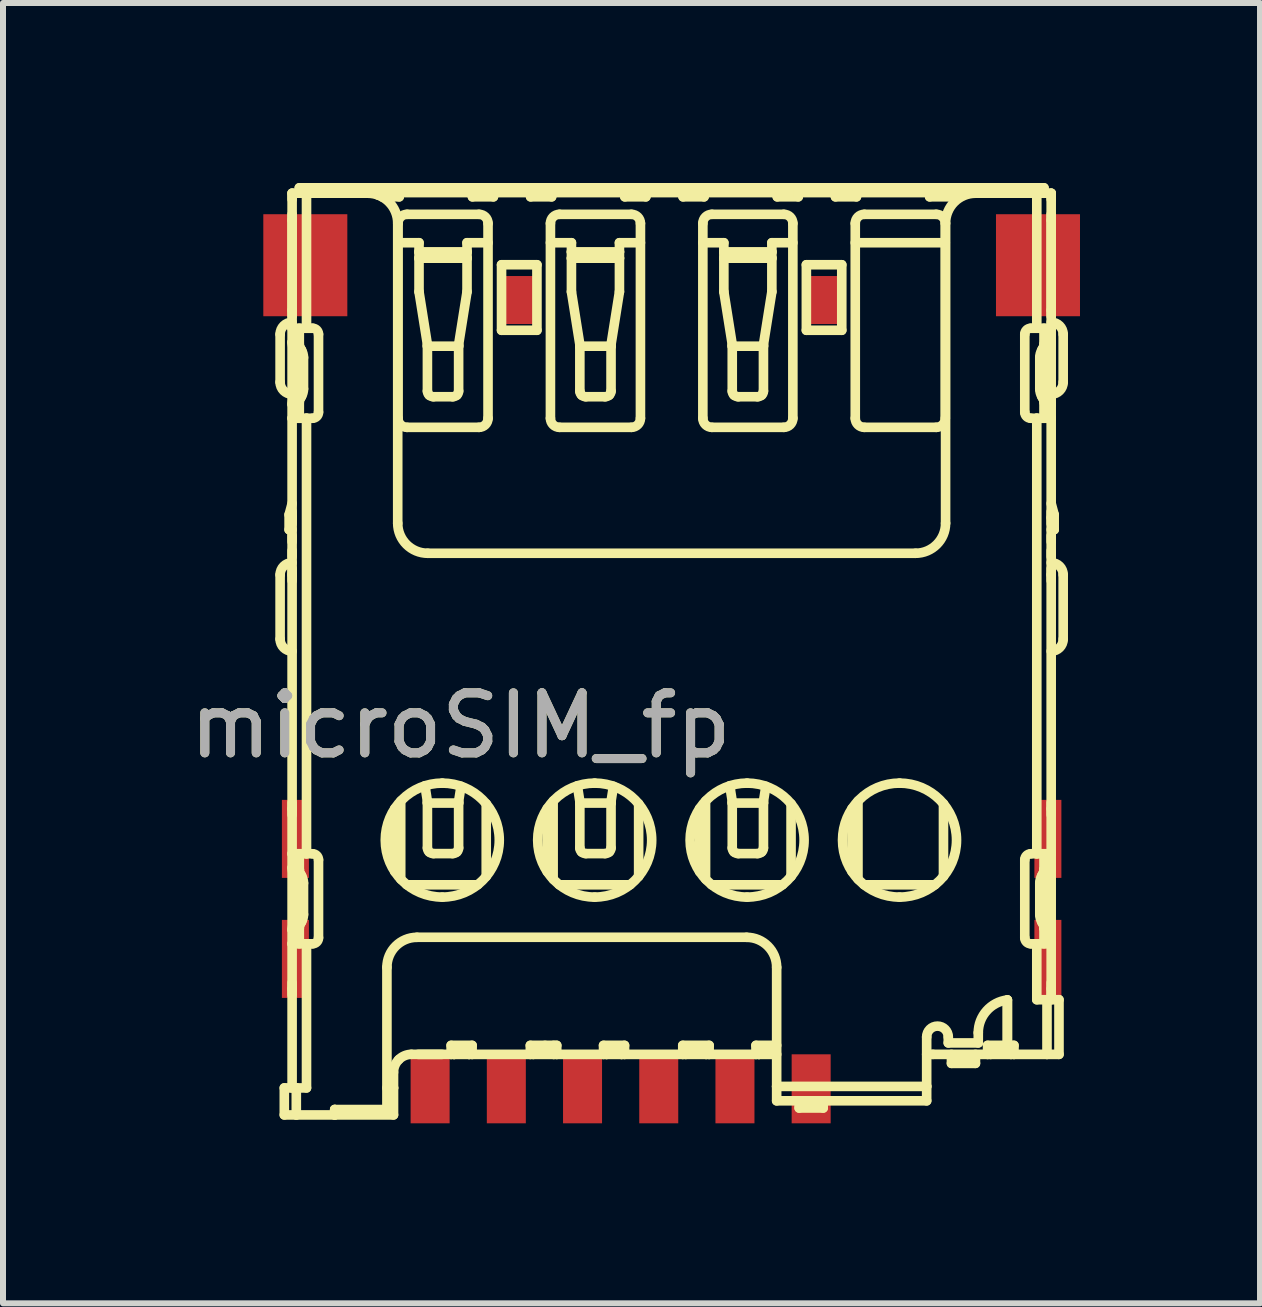
<source format=kicad_pcb>
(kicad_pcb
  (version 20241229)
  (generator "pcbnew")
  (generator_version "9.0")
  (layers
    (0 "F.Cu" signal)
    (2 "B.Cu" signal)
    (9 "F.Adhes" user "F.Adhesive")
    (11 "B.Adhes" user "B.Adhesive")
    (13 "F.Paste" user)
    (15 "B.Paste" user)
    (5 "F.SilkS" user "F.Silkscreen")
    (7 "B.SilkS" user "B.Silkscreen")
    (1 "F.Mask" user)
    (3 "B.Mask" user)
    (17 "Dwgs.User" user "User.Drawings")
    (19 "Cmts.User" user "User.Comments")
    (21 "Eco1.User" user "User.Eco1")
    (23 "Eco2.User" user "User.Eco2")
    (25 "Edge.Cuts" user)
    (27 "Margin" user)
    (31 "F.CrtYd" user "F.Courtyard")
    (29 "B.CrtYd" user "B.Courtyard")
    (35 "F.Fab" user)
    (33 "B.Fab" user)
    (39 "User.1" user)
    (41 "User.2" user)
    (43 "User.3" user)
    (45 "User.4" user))
  (footprint "microSIM_fp"
    (layer "F.Cu")
    (at 4.118 15.095)
    (property "Reference" "microSIM_fp" (at 0.507 -6.054 0) (layer "F.SilkS") (effects (font (size 1 1) (thickness 0.15))))
    (attr smd)
    (fp_line (start -2.5 -11.775) (end -2.5 -12.575) (stroke (width 0.16) (type solid)) (layer "F.SilkS"))
    (fp_line (start -2.5 -7.493) (end -2.5 -8.568) (stroke (width 0.16) (type solid)) (layer "F.SilkS"))
    (fp_line (start -2.43 -0.015) (end -2.43 0.435) (stroke (width 0.16) (type solid)) (layer "F.SilkS"))
    (fp_line (start -2.43 -0.015) (end -2.23 -0.015) (stroke (width 0.16) (type solid)) (layer "F.SilkS"))
    (fp_line (start -2.35 -9.568) (end -2.35 -9.318) (stroke (width 0.16) (type solid)) (layer "F.SilkS"))
    (fp_line (start -2.35 -9.318) (end -2.3 -9.318) (stroke (width 0.16) (type solid)) (layer "F.SilkS"))
    (fp_line (start -2.3 -14.925) (end -2.3 -14.825) (stroke (width 0.16) (type solid)) (layer "F.SilkS"))
    (fp_line (start -2.3 -14.925) (end -2.3 -12.675) (stroke (width 0.16) (type solid)) (layer "F.SilkS"))
    (fp_line (start -2.3 -14.925) (end -2.06 -14.925) (stroke (width 0.16) (type solid)) (layer "F.SilkS"))
    (fp_line (start -2.3 -14.575) (end -2.3 -14.475) (stroke (width 0.16) (type solid)) (layer "F.SilkS"))
    (fp_line (start -2.3 -12.975) (end -2.3 -14.475) (stroke (width 0.16) (type solid)) (layer "F.SilkS"))
    (fp_line (start -2.3 -12.975) (end -2.3 -12.875) (stroke (width 0.16) (type solid)) (layer "F.SilkS"))
    (fp_line (start -2.3 -12.442) (end -2.3 -12.675) (stroke (width 0.16) (type solid)) (layer "F.SilkS"))
    (fp_line (start -2.3 -12.442) (end -2.3 -11.408) (stroke (width 0.16) (type solid)) (layer "F.SilkS"))
    (fp_line (start -2.3 -11.175) (end -2.3 -11.408) (stroke (width 0.16) (type solid)) (layer "F.SilkS"))
    (fp_line (start -2.3 -11.175) (end -2.3 -3.917) (stroke (width 0.16) (type solid)) (layer "F.SilkS"))
    (fp_line (start -2.3 -11.175) (end -2.06 -11.175) (stroke (width 0.16) (type solid)) (layer "F.SilkS"))
    (fp_line (start -2.3 -9.755) (end -2.35 -9.568) (stroke (width 0.16) (type solid)) (layer "F.SilkS"))
    (fp_line (start -2.3 -9.618) (end -2.3 -9.518) (stroke (width 0.16) (type solid)) (layer "F.SilkS"))
    (fp_line (start -2.3 -9.518) (end -2.3 -9.418) (stroke (width 0.16) (type solid)) (layer "F.SilkS"))
    (fp_line (start -2.3 -9.218) (end -2.3 -9.118) (stroke (width 0.16) (type solid)) (layer "F.SilkS"))
    (fp_line (start -2.3 -8.968) (end -2.3 -8.868) (stroke (width 0.16) (type solid)) (layer "F.SilkS"))
    (fp_line (start -2.3 -8.668) (end -2.3 -8.568) (stroke (width 0.16) (type solid)) (layer "F.SilkS"))
    (fp_line (start -2.3 -8.568) (end -2.3 -8.468) (stroke (width 0.16) (type solid)) (layer "F.SilkS"))
    (fp_line (start -2.3 -4.767) (end -2.3 -4.667) (stroke (width 0.16) (type solid)) (layer "F.SilkS"))
    (fp_line (start -2.3 -4.667) (end -2.3 -4.567) (stroke (width 0.16) (type solid)) (layer "F.SilkS"))
    (fp_line (start -2.3 -3.684) (end -2.3 -3.917) (stroke (width 0.16) (type solid)) (layer "F.SilkS"))
    (fp_line (start -2.3 -2.65) (end -2.3 -3.684) (stroke (width 0.16) (type solid)) (layer "F.SilkS"))
    (fp_line (start -2.3 -2.417) (end -2.3 -2.65) (stroke (width 0.16) (type solid)) (layer "F.SilkS"))
    (fp_line (start -2.3 -2.417) (end -2.3 -0.015) (stroke (width 0.16) (type solid)) (layer "F.SilkS"))
    (fp_line (start -2.3 -2.417) (end -2.06 -2.417) (stroke (width 0.16) (type solid)) (layer "F.SilkS"))
    (fp_line (start -2.3 -1.767) (end -2.3 -1.667) (stroke (width 0.16) (type solid)) (layer "F.SilkS"))
    (fp_line (start -2.3 -1.667) (end -2.3 -1.567) (stroke (width 0.16) (type solid)) (layer "F.SilkS"))
    (fp_line (start -2.267 -12.317) (end -2.247 -12.284) (stroke (width 0.16) (type solid)) (layer "F.SilkS"))
    (fp_line (start -2.267 -3.559) (end -2.247 -3.526) (stroke (width 0.16) (type solid)) (layer "F.SilkS"))
    (fp_line (start -2.247 -11.566) (end -2.267 -11.533) (stroke (width 0.16) (type solid)) (layer "F.SilkS"))
    (fp_line (start -2.247 -2.808) (end -2.267 -2.775) (stroke (width 0.16) (type solid)) (layer "F.SilkS"))
    (fp_line (start -2.23 -11.631) (end -2.23 -12.219) (stroke (width 0.16) (type solid)) (layer "F.SilkS"))
    (fp_line (start -2.23 -2.873) (end -2.23 -3.461) (stroke (width 0.16) (type solid)) (layer "F.SilkS"))
    (fp_line (start -2.23 -0.015) (end -2.06 -0.015) (stroke (width 0.16) (type solid)) (layer "F.SilkS"))
    (fp_line (start -2.23 0.435) (end -2.43 0.435) (stroke (width 0.16) (type solid)) (layer "F.SilkS"))
    (fp_line (start -2.23 0.435) (end -2.23 -0.015) (stroke (width 0.16) (type solid)) (layer "F.SilkS"))
    (fp_line (start -2.23 0.435) (end -1.59 0.435) (stroke (width 0.16) (type solid)) (layer "F.SilkS"))
    (fp_line (start -2.18 -14.935) (end -2.18 -15.015) (stroke (width 0.16) (type solid)) (layer "F.SilkS"))
    (fp_line (start -2.18 -14.935) (end -2.18 -14.925) (stroke (width 0.16) (type solid)) (layer "F.SilkS"))
    (fp_line (start -2.18 -14.935) (end -0.865 -14.935) (stroke (width 0.16) (type solid)) (layer "F.SilkS"))
    (fp_line (start -2.18 -12.675) (end -2.18 -12.41) (stroke (width 0.16) (type solid)) (layer "F.SilkS"))
    (fp_line (start -2.18 -11.44) (end -2.18 -11.175) (stroke (width 0.16) (type solid)) (layer "F.SilkS"))
    (fp_line (start -2.18 -3.917) (end -2.18 -3.652) (stroke (width 0.16) (type solid)) (layer "F.SilkS"))
    (fp_line (start -2.18 -3.653) (end -2.18 -3.652) (stroke (width 0.16) (type solid)) (layer "F.SilkS"))
    (fp_line (start -2.18 -3.652) (end -2.18 -3.653) (stroke (width 0.16) (type solid)) (layer "F.SilkS"))
    (fp_line (start -2.18 -2.682) (end -2.18 -2.68) (stroke (width 0.16) (type solid)) (layer "F.SilkS"))
    (fp_line (start -2.18 -2.682) (end -2.18 -2.417) (stroke (width 0.16) (type solid)) (layer "F.SilkS"))
    (fp_line (start -2.163 -11.505) (end -2.143 -11.538) (stroke (width 0.16) (type solid)) (layer "F.SilkS"))
    (fp_line (start -2.163 -2.747) (end -2.143 -2.78) (stroke (width 0.16) (type solid)) (layer "F.SilkS"))
    (fp_line (start -2.143 -12.312) (end -2.163 -12.345) (stroke (width 0.16) (type solid)) (layer "F.SilkS"))
    (fp_line (start -2.143 -3.554) (end -2.163 -3.587) (stroke (width 0.16) (type solid)) (layer "F.SilkS"))
    (fp_line (start -2.11 -11.663) (end -2.11 -12.187) (stroke (width 0.16) (type solid)) (layer "F.SilkS"))
    (fp_line (start -2.11 -2.905) (end -2.11 -3.429) (stroke (width 0.16) (type solid)) (layer "F.SilkS"))
    (fp_line (start -2.06 -14.925) (end -1.041 -14.925) (stroke (width 0.16) (type solid)) (layer "F.SilkS"))
    (fp_line (start -2.06 -12.675) (end -2.3 -12.675) (stroke (width 0.16) (type solid)) (layer "F.SilkS"))
    (fp_line (start -2.06 -12.675) (end -2.06 -14.925) (stroke (width 0.16) (type solid)) (layer "F.SilkS"))
    (fp_line (start -2.06 -11.175) (end -1.96 -11.175) (stroke (width 0.16) (type solid)) (layer "F.SilkS"))
    (fp_line (start -2.06 -3.917) (end -2.3 -3.917) (stroke (width 0.16) (type solid)) (layer "F.SilkS"))
    (fp_line (start -2.06 -3.917) (end -2.06 -11.175) (stroke (width 0.16) (type solid)) (layer "F.SilkS"))
    (fp_line (start -2.06 -2.417) (end -1.96 -2.417) (stroke (width 0.16) (type solid)) (layer "F.SilkS"))
    (fp_line (start -2.06 -0.015) (end -2.06 -2.417) (stroke (width 0.16) (type solid)) (layer "F.SilkS"))
    (fp_line (start -1.96 -12.675) (end -2.06 -12.675) (stroke (width 0.16) (type solid)) (layer "F.SilkS"))
    (fp_line (start -1.96 -3.917) (end -2.06 -3.917) (stroke (width 0.16) (type solid)) (layer "F.SilkS"))
    (fp_line (start -1.86 -11.275) (end -1.86 -12.575) (stroke (width 0.16) (type solid)) (layer "F.SilkS"))
    (fp_line (start -1.86 -2.517) (end -1.86 -3.817) (stroke (width 0.16) (type solid)) (layer "F.SilkS"))
    (fp_line (start -1.59 0.345) (end -1.59 0.435) (stroke (width 0.16) (type solid)) (layer "F.SilkS"))
    (fp_line (start -1.59 0.345) (end -0.72 0.345) (stroke (width 0.16) (type solid)) (layer "F.SilkS"))
    (fp_line (start -1.59 0.435) (end -1.59 0.345) (stroke (width 0.16) (type solid)) (layer "F.SilkS"))
    (fp_line (start -0.865 -15.015) (end -2.18 -15.015) (stroke (width 0.16) (type solid)) (layer "F.SilkS"))
    (fp_line (start -0.865 -15.015) (end -0.865 -14.935) (stroke (width 0.16) (type solid)) (layer "F.SilkS"))
    (fp_line (start -0.865 -14.893) (end -0.865 -14.935) (stroke (width 0.16) (type solid)) (layer "F.SilkS"))
    (fp_line (start -0.815 -15.015) (end -0.865 -15.015) (stroke (width 0.16) (type solid)) (layer "F.SilkS"))
    (fp_line (start -0.815 -15.015) (end -0.565 -15.015) (stroke (width 0.16) (type solid)) (layer "F.SilkS"))
    (fp_line (start -0.815 -14.935) (end -0.815 -15.015) (stroke (width 0.16) (type solid)) (layer "F.SilkS"))
    (fp_line (start -0.815 -14.935) (end -0.565 -14.935) (stroke (width 0.16) (type solid)) (layer "F.SilkS"))
    (fp_line (start -0.72 -2.025) (end -0.72 0.345) (stroke (width 0.16) (type solid)) (layer "F.SilkS"))
    (fp_line (start -0.72 -0.015) (end -0.61 -0.015) (stroke (width 0.16) (type solid)) (layer "F.SilkS"))
    (fp_line (start -0.61 -0.015) (end -0.61 -0.275) (stroke (width 0.16) (type solid)) (layer "F.SilkS"))
    (fp_line (start -0.61 0.435) (end -1.59 0.435) (stroke (width 0.16) (type solid)) (layer "F.SilkS"))
    (fp_line (start -0.61 0.435) (end -0.61 -0.015) (stroke (width 0.16) (type solid)) (layer "F.SilkS"))
    (fp_line (start -0.59 -4.669) (end -0.59 -3.621) (stroke (width 0.16) (type solid)) (layer "F.SilkS"))
    (fp_line (start -0.565 -15.015) (end -0.565 -14.935) (stroke (width 0.16) (type solid)) (layer "F.SilkS"))
    (fp_line (start -0.54 -9.425) (end -0.54 -14.425) (stroke (width 0.16) (type solid)) (layer "F.SilkS"))
    (fp_line (start -0.535 -14.1) (end -0.185 -14.1) (stroke (width 0.16) (type solid)) (layer "F.SilkS"))
    (fp_line (start -0.535 -11.173) (end -0.535 -14.423) (stroke (width 0.16) (type solid)) (layer "F.SilkS"))
    (fp_line (start -0.515 -15.015) (end -0.565 -15.015) (stroke (width 0.16) (type solid)) (layer "F.SilkS"))
    (fp_line (start -0.515 -15.015) (end 0.705 -15.015) (stroke (width 0.16) (type solid)) (layer "F.SilkS"))
    (fp_line (start -0.515 -14.935) (end -0.515 -15.015) (stroke (width 0.16) (type solid)) (layer "F.SilkS"))
    (fp_line (start -0.515 -14.935) (end -0.515 -14.865) (stroke (width 0.16) (type solid)) (layer "F.SilkS"))
    (fp_line (start -0.515 -14.865) (end -0.803 -14.865) (stroke (width 0.16) (type solid)) (layer "F.SilkS"))
    (fp_line (start -0.49 -4.795) (end -0.49 -3.494) (stroke (width 0.16) (type solid)) (layer "F.SilkS"))
    (fp_line (start -0.385 -14.573) (end 0.815 -14.573) (stroke (width 0.16) (type solid)) (layer "F.SilkS"))
    (fp_line (start -0.311 -0.575) (end 0.35 -0.574) (stroke (width 0.16) (type solid)) (layer "F.SilkS"))
    (fp_line (start -0.22 -2.525) (end 5.275 -2.525) (stroke (width 0.16) (type solid)) (layer "F.SilkS"))
    (fp_line (start -0.2 -0.574) (end 0.2 -0.574) (stroke (width 0.16) (type solid)) (layer "F.SilkS"))
    (fp_line (start -0.185 -13.948) (end -0.185 -14.1) (stroke (width 0.16) (type solid)) (layer "F.SilkS"))
    (fp_line (start -0.185 -13.948) (end -0.185 -13.842) (stroke (width 0.16) (type solid)) (layer "F.SilkS"))
    (fp_line (start -0.185 -13.842) (end -0.185 -13.283) (stroke (width 0.16) (type solid)) (layer "F.SilkS"))
    (fp_line (start -0.045 -12.403) (end -0.185 -13.283) (stroke (width 0.16) (type solid)) (layer "F.SilkS"))
    (fp_line (start -0.045 -12.376) (end -0.045 -12.403) (stroke (width 0.16) (type solid)) (layer "F.SilkS"))
    (fp_line (start -0.045 -12.376) (end -0.045 -11.627) (stroke (width 0.16) (type solid)) (layer "F.SilkS"))
    (fp_line (start -0.045 -4.79) (end -0.086 -5.05) (stroke (width 0.16) (type solid)) (layer "F.SilkS"))
    (fp_line (start -0.045 -4.762) (end -0.045 -4.79) (stroke (width 0.16) (type solid)) (layer "F.SilkS"))
    (fp_line (start -0.045 -4.762) (end -0.045 -4.014) (stroke (width 0.16) (type solid)) (layer "F.SilkS"))
    (fp_line (start -0.04 -8.925) (end 8.09 -8.925) (stroke (width 0.16) (type solid)) (layer "F.SilkS"))
    (fp_line (start 0.35 -0.724) (end 0.7 -0.724) (stroke (width 0.16) (type solid)) (layer "F.SilkS"))
    (fp_line (start 0.35 -0.574) (end 0.35 -0.724) (stroke (width 0.16) (type solid)) (layer "F.SilkS"))
    (fp_line (start 0.35 -0.574) (end 0.4 -0.574) (stroke (width 0.16) (type solid)) (layer "F.SilkS"))
    (fp_line (start 0.375 -11.533) (end 0.055 -11.533) (stroke (width 0.16) (type solid)) (layer "F.SilkS"))
    (fp_line (start 0.375 -3.92) (end 0.055 -3.92) (stroke (width 0.16) (type solid)) (layer "F.SilkS"))
    (fp_line (start 0.4 -0.654) (end 0.4 -0.574) (stroke (width 0.16) (type solid)) (layer "F.SilkS"))
    (fp_line (start 0.4 -0.654) (end 0.65 -0.654) (stroke (width 0.16) (type solid)) (layer "F.SilkS"))
    (fp_line (start 0.4 -0.574) (end 0.4 -0.654) (stroke (width 0.16) (type solid)) (layer "F.SilkS"))
    (fp_line (start 0.475 -12.376) (end -0.045 -12.376) (stroke (width 0.16) (type solid)) (layer "F.SilkS"))
    (fp_line (start 0.475 -12.376) (end 0.475 -12.403) (stroke (width 0.16) (type solid)) (layer "F.SilkS"))
    (fp_line (start 0.475 -12.376) (end 0.475 -11.627) (stroke (width 0.16) (type solid)) (layer "F.SilkS"))
    (fp_line (start 0.475 -4.762) (end -0.045 -4.762) (stroke (width 0.16) (type solid)) (layer "F.SilkS"))
    (fp_line (start 0.475 -4.762) (end 0.475 -4.79) (stroke (width 0.16) (type solid)) (layer "F.SilkS"))
    (fp_line (start 0.475 -4.762) (end 0.475 -4.014) (stroke (width 0.16) (type solid)) (layer "F.SilkS"))
    (fp_line (start 0.515 -5.042) (end 0.475 -4.79) (stroke (width 0.16) (type solid)) (layer "F.SilkS"))
    (fp_line (start 0.615 -14.1) (end 0.615 -13.948) (stroke (width 0.16) (type solid)) (layer "F.SilkS"))
    (fp_line (start 0.615 -14.1) (end 0.965 -14.1) (stroke (width 0.16) (type solid)) (layer "F.SilkS"))
    (fp_line (start 0.615 -13.283) (end 0.475 -12.403) (stroke (width 0.16) (type solid)) (layer "F.SilkS"))
    (fp_line (start 0.615 -13.948) (end -0.185 -13.948) (stroke (width 0.16) (type solid)) (layer "F.SilkS"))
    (fp_line (start 0.615 -13.948) (end 0.615 -13.842) (stroke (width 0.16) (type solid)) (layer "F.SilkS"))
    (fp_line (start 0.615 -13.842) (end -0.185 -13.842) (stroke (width 0.16) (type solid)) (layer "F.SilkS"))
    (fp_line (start 0.615 -13.842) (end 0.615 -13.283) (stroke (width 0.16) (type solid)) (layer "F.SilkS"))
    (fp_line (start 0.65 -0.654) (end 0.65 -0.574) (stroke (width 0.16) (type solid)) (layer "F.SilkS"))
    (fp_line (start 0.65 -0.574) (end 0.4 -0.574) (stroke (width 0.16) (type solid)) (layer "F.SilkS"))
    (fp_line (start 0.65 -0.574) (end 0.65 -0.654) (stroke (width 0.16) (type solid)) (layer "F.SilkS"))
    (fp_line (start 0.65 -0.574) (end 0.7 -0.574) (stroke (width 0.16) (type solid)) (layer "F.SilkS"))
    (fp_line (start 0.7 -0.724) (end 0.7 -0.574) (stroke (width 0.16) (type solid)) (layer "F.SilkS"))
    (fp_line (start 0.7 -0.574) (end 1.67 -0.574) (stroke (width 0.16) (type solid)) (layer "F.SilkS"))
    (fp_line (start 0.705 -15.015) (end 0.705 -14.935) (stroke (width 0.16) (type solid)) (layer "F.SilkS"))
    (fp_line (start 0.705 -14.935) (end -0.515 -14.935) (stroke (width 0.16) (type solid)) (layer "F.SilkS"))
    (fp_line (start 0.705 -14.865) (end 0.705 -14.935) (stroke (width 0.16) (type solid)) (layer "F.SilkS"))
    (fp_line (start 0.755 -15.015) (end 0.705 -15.015) (stroke (width 0.16) (type solid)) (layer "F.SilkS"))
    (fp_line (start 0.755 -14.935) (end 0.755 -15.015) (stroke (width 0.16) (type solid)) (layer "F.SilkS"))
    (fp_line (start 0.793 -3.4) (end -0.388 -3.4) (stroke (width 0.16) (type solid)) (layer "F.SilkS"))
    (fp_line (start 0.815 -11.023) (end -0.385 -11.023) (stroke (width 0.16) (type solid)) (layer "F.SilkS"))
    (fp_line (start 0.935 -3.54) (end 0.935 -4.75) (stroke (width 0.16) (type solid)) (layer "F.SilkS"))
    (fp_line (start 0.965 -14.423) (end 0.965 -11.173) (stroke (width 0.16) (type solid)) (layer "F.SilkS"))
    (fp_line (start 1.005 -15.015) (end 0.755 -15.015) (stroke (width 0.16) (type solid)) (layer "F.SilkS"))
    (fp_line (start 1.005 -15.015) (end 1.005 -14.935) (stroke (width 0.16) (type solid)) (layer "F.SilkS"))
    (fp_line (start 1.005 -14.935) (end 0.755 -14.935) (stroke (width 0.16) (type solid)) (layer "F.SilkS"))
    (fp_line (start 1.055 -15.015) (end 1.005 -15.015) (stroke (width 0.16) (type solid)) (layer "F.SilkS"))
    (fp_line (start 1.055 -15.015) (end 1.675 -15.015) (stroke (width 0.16) (type solid)) (layer "F.SilkS"))
    (fp_line (start 1.055 -14.935) (end 1.055 -15.015) (stroke (width 0.16) (type solid)) (layer "F.SilkS"))
    (fp_line (start 1.055 -14.865) (end 0.705 -14.865) (stroke (width 0.16) (type solid)) (layer "F.SilkS"))
    (fp_line (start 1.055 -14.865) (end 1.055 -14.935) (stroke (width 0.16) (type solid)) (layer "F.SilkS"))
    (fp_line (start 1.19 -13.733) (end 1.78 -13.733) (stroke (width 0.16) (type solid)) (layer "F.SilkS"))
    (fp_line (start 1.19 -12.641) (end 1.19 -13.733) (stroke (width 0.16) (type solid)) (layer "F.SilkS"))
    (fp_line (start 1.67 -0.724) (end 2.11 -0.724) (stroke (width 0.16) (type solid)) (layer "F.SilkS"))
    (fp_line (start 1.67 -0.574) (end 1.67 -0.724) (stroke (width 0.16) (type solid)) (layer "F.SilkS"))
    (fp_line (start 1.67 -0.574) (end 1.72 -0.574) (stroke (width 0.16) (type solid)) (layer "F.SilkS"))
    (fp_line (start 1.675 -15.015) (end 1.675 -14.935) (stroke (width 0.16) (type solid)) (layer "F.SilkS"))
    (fp_line (start 1.675 -14.935) (end 1.055 -14.935) (stroke (width 0.16) (type solid)) (layer "F.SilkS"))
    (fp_line (start 1.675 -14.865) (end 1.675 -14.935) (stroke (width 0.16) (type solid)) (layer "F.SilkS"))
    (fp_line (start 1.72 -0.574) (end 1.72 -0.654) (stroke (width 0.16) (type solid)) (layer "F.SilkS"))
    (fp_line (start 1.725 -15.015) (end 1.675 -15.015) (stroke (width 0.16) (type solid)) (layer "F.SilkS"))
    (fp_line (start 1.725 -14.935) (end 1.725 -15.015) (stroke (width 0.16) (type solid)) (layer "F.SilkS"))
    (fp_line (start 1.725 -14.935) (end 1.975 -14.935) (stroke (width 0.16) (type solid)) (layer "F.SilkS"))
    (fp_line (start 1.78 -13.733) (end 1.78 -12.641) (stroke (width 0.16) (type solid)) (layer "F.SilkS"))
    (fp_line (start 1.78 -12.641) (end 1.19 -12.641) (stroke (width 0.16) (type solid)) (layer "F.SilkS"))
    (fp_line (start 1.915 -0.654) (end 1.72 -0.654) (stroke (width 0.16) (type solid)) (layer "F.SilkS"))
    (fp_line (start 1.915 -0.654) (end 1.915 -0.724) (stroke (width 0.16) (type solid)) (layer "F.SilkS"))
    (fp_line (start 1.95 -4.669) (end 1.95 -3.621) (stroke (width 0.16) (type solid)) (layer "F.SilkS"))
    (fp_line (start 1.975 -15.015) (end 1.725 -15.015) (stroke (width 0.16) (type solid)) (layer "F.SilkS"))
    (fp_line (start 1.975 -15.015) (end 1.975 -14.935) (stroke (width 0.16) (type solid)) (layer "F.SilkS"))
    (fp_line (start 2.005 -14.423) (end 2.005 -11.173) (stroke (width 0.16) (type solid)) (layer "F.SilkS"))
    (fp_line (start 2.005 -14.1) (end 2.355 -14.1) (stroke (width 0.16) (type solid)) (layer "F.SilkS"))
    (fp_line (start 2.025 -15.015) (end 1.975 -15.015) (stroke (width 0.16) (type solid)) (layer "F.SilkS"))
    (fp_line (start 2.025 -15.015) (end 3.245 -15.015) (stroke (width 0.16) (type solid)) (layer "F.SilkS"))
    (fp_line (start 2.025 -14.935) (end 2.025 -15.015) (stroke (width 0.16) (type solid)) (layer "F.SilkS"))
    (fp_line (start 2.025 -14.865) (end 1.675 -14.865) (stroke (width 0.16) (type solid)) (layer "F.SilkS"))
    (fp_line (start 2.025 -14.865) (end 2.025 -14.935) (stroke (width 0.16) (type solid)) (layer "F.SilkS"))
    (fp_line (start 2.05 -4.795) (end 2.05 -3.494) (stroke (width 0.16) (type solid)) (layer "F.SilkS"))
    (fp_line (start 2.06 -0.724) (end 2.06 -0.574) (stroke (width 0.16) (type solid)) (layer "F.SilkS"))
    (fp_line (start 2.06 -0.574) (end 1.72 -0.574) (stroke (width 0.16) (type solid)) (layer "F.SilkS"))
    (fp_line (start 2.06 -0.574) (end 2.11 -0.574) (stroke (width 0.16) (type solid)) (layer "F.SilkS"))
    (fp_line (start 2.11 -0.724) (end 2.11 -0.574) (stroke (width 0.16) (type solid)) (layer "F.SilkS"))
    (fp_line (start 2.11 -0.574) (end 2.89 -0.574) (stroke (width 0.16) (type solid)) (layer "F.SilkS"))
    (fp_line (start 2.155 -14.573) (end 3.355 -14.573) (stroke (width 0.16) (type solid)) (layer "F.SilkS"))
    (fp_line (start 2.355 -13.948) (end 2.355 -14.1) (stroke (width 0.16) (type solid)) (layer "F.SilkS"))
    (fp_line (start 2.355 -13.948) (end 2.355 -13.842) (stroke (width 0.16) (type solid)) (layer "F.SilkS"))
    (fp_line (start 2.355 -13.842) (end 2.355 -13.283) (stroke (width 0.16) (type solid)) (layer "F.SilkS"))
    (fp_line (start 2.495 -12.403) (end 2.355 -13.283) (stroke (width 0.16) (type solid)) (layer "F.SilkS"))
    (fp_line (start 2.495 -12.376) (end 2.495 -12.403) (stroke (width 0.16) (type solid)) (layer "F.SilkS"))
    (fp_line (start 2.495 -12.376) (end 2.495 -11.627) (stroke (width 0.16) (type solid)) (layer "F.SilkS"))
    (fp_line (start 2.495 -4.79) (end 2.454 -5.05) (stroke (width 0.16) (type solid)) (layer "F.SilkS"))
    (fp_line (start 2.495 -4.762) (end 2.495 -4.79) (stroke (width 0.16) (type solid)) (layer "F.SilkS"))
    (fp_line (start 2.495 -4.762) (end 2.495 -4.014) (stroke (width 0.16) (type solid)) (layer "F.SilkS"))
    (fp_line (start 2.89 -0.724) (end 3.24 -0.724) (stroke (width 0.16) (type solid)) (layer "F.SilkS"))
    (fp_line (start 2.89 -0.574) (end 2.89 -0.724) (stroke (width 0.16) (type solid)) (layer "F.SilkS"))
    (fp_line (start 2.89 -0.574) (end 2.94 -0.574) (stroke (width 0.16) (type solid)) (layer "F.SilkS"))
    (fp_line (start 2.915 -11.533) (end 2.595 -11.533) (stroke (width 0.16) (type solid)) (layer "F.SilkS"))
    (fp_line (start 2.915 -3.92) (end 2.595 -3.92) (stroke (width 0.16) (type solid)) (layer "F.SilkS"))
    (fp_line (start 2.94 -0.654) (end 2.94 -0.574) (stroke (width 0.16) (type solid)) (layer "F.SilkS"))
    (fp_line (start 2.94 -0.654) (end 3.19 -0.654) (stroke (width 0.16) (type solid)) (layer "F.SilkS"))
    (fp_line (start 2.94 -0.574) (end 2.94 -0.654) (stroke (width 0.16) (type solid)) (layer "F.SilkS"))
    (fp_line (start 3.015 -12.376) (end 2.495 -12.376) (stroke (width 0.16) (type solid)) (layer "F.SilkS"))
    (fp_line (start 3.015 -12.376) (end 3.015 -12.403) (stroke (width 0.16) (type solid)) (layer "F.SilkS"))
    (fp_line (start 3.015 -12.376) (end 3.015 -11.627) (stroke (width 0.16) (type solid)) (layer "F.SilkS"))
    (fp_line (start 3.015 -4.762) (end 2.495 -4.762) (stroke (width 0.16) (type solid)) (layer "F.SilkS"))
    (fp_line (start 3.015 -4.762) (end 3.015 -4.79) (stroke (width 0.16) (type solid)) (layer "F.SilkS"))
    (fp_line (start 3.015 -4.762) (end 3.015 -4.014) (stroke (width 0.16) (type solid)) (layer "F.SilkS"))
    (fp_line (start 3.055 -5.042) (end 3.015 -4.79) (stroke (width 0.16) (type solid)) (layer "F.SilkS"))
    (fp_line (start 3.155 -14.1) (end 3.155 -13.948) (stroke (width 0.16) (type solid)) (layer "F.SilkS"))
    (fp_line (start 3.155 -14.1) (end 3.505 -14.1) (stroke (width 0.16) (type solid)) (layer "F.SilkS"))
    (fp_line (start 3.155 -13.283) (end 3.015 -12.403) (stroke (width 0.16) (type solid)) (layer "F.SilkS"))
    (fp_line (start 3.155 -13.948) (end 2.355 -13.948) (stroke (width 0.16) (type solid)) (layer "F.SilkS"))
    (fp_line (start 3.155 -13.948) (end 3.155 -13.842) (stroke (width 0.16) (type solid)) (layer "F.SilkS"))
    (fp_line (start 3.155 -13.842) (end 2.355 -13.842) (stroke (width 0.16) (type solid)) (layer "F.SilkS"))
    (fp_line (start 3.155 -13.842) (end 3.155 -13.283) (stroke (width 0.16) (type solid)) (layer "F.SilkS"))
    (fp_line (start 3.19 -0.654) (end 3.19 -0.574) (stroke (width 0.16) (type solid)) (layer "F.SilkS"))
    (fp_line (start 3.19 -0.574) (end 2.94 -0.574) (stroke (width 0.16) (type solid)) (layer "F.SilkS"))
    (fp_line (start 3.19 -0.574) (end 3.19 -0.654) (stroke (width 0.16) (type solid)) (layer "F.SilkS"))
    (fp_line (start 3.19 -0.574) (end 3.24 -0.574) (stroke (width 0.16) (type solid)) (layer "F.SilkS"))
    (fp_line (start 3.24 -0.724) (end 3.24 -0.574) (stroke (width 0.16) (type solid)) (layer "F.SilkS"))
    (fp_line (start 3.24 -0.574) (end 4.21 -0.574) (stroke (width 0.16) (type solid)) (layer "F.SilkS"))
    (fp_line (start 3.245 -15.015) (end 3.245 -14.935) (stroke (width 0.16) (type solid)) (layer "F.SilkS"))
    (fp_line (start 3.245 -14.935) (end 2.025 -14.935) (stroke (width 0.16) (type solid)) (layer "F.SilkS"))
    (fp_line (start 3.245 -14.865) (end 3.245 -14.935) (stroke (width 0.16) (type solid)) (layer "F.SilkS"))
    (fp_line (start 3.295 -15.015) (end 3.245 -15.015) (stroke (width 0.16) (type solid)) (layer "F.SilkS"))
    (fp_line (start 3.295 -14.935) (end 3.295 -15.015) (stroke (width 0.16) (type solid)) (layer "F.SilkS"))
    (fp_line (start 3.325 -3.4) (end 2.152 -3.4) (stroke (width 0.16) (type solid)) (layer "F.SilkS"))
    (fp_line (start 3.355 -11.023) (end 2.155 -11.023) (stroke (width 0.16) (type solid)) (layer "F.SilkS"))
    (fp_line (start 3.475 -3.55) (end 3.475 -4.75) (stroke (width 0.16) (type solid)) (layer "F.SilkS"))
    (fp_line (start 3.505 -11.173) (end 3.505 -14.423) (stroke (width 0.16) (type solid)) (layer "F.SilkS"))
    (fp_line (start 3.545 -15.015) (end 3.295 -15.015) (stroke (width 0.16) (type solid)) (layer "F.SilkS"))
    (fp_line (start 3.545 -15.015) (end 3.545 -14.935) (stroke (width 0.16) (type solid)) (layer "F.SilkS"))
    (fp_line (start 3.545 -14.935) (end 3.295 -14.935) (stroke (width 0.16) (type solid)) (layer "F.SilkS"))
    (fp_line (start 3.595 -15.015) (end 3.545 -15.015) (stroke (width 0.16) (type solid)) (layer "F.SilkS"))
    (fp_line (start 3.595 -14.935) (end 3.595 -15.015) (stroke (width 0.16) (type solid)) (layer "F.SilkS"))
    (fp_line (start 3.595 -14.935) (end 3.595 -14.865) (stroke (width 0.16) (type solid)) (layer "F.SilkS"))
    (fp_line (start 3.595 -14.865) (end 3.245 -14.865) (stroke (width 0.16) (type solid)) (layer "F.SilkS"))
    (fp_line (start 4.21 -0.724) (end 4.65 -0.724) (stroke (width 0.16) (type solid)) (layer "F.SilkS"))
    (fp_line (start 4.21 -0.574) (end 4.21 -0.724) (stroke (width 0.16) (type solid)) (layer "F.SilkS"))
    (fp_line (start 4.21 -0.574) (end 4.26 -0.574) (stroke (width 0.16) (type solid)) (layer "F.SilkS"))
    (fp_line (start 4.215 -15.015) (end 3.595 -15.015) (stroke (width 0.16) (type solid)) (layer "F.SilkS"))
    (fp_line (start 4.215 -15.015) (end 4.215 -14.935) (stroke (width 0.16) (type solid)) (layer "F.SilkS"))
    (fp_line (start 4.215 -14.935) (end 3.595 -14.935) (stroke (width 0.16) (type solid)) (layer "F.SilkS"))
    (fp_line (start 4.215 -14.865) (end 4.215 -14.935) (stroke (width 0.16) (type solid)) (layer "F.SilkS"))
    (fp_line (start 4.26 -0.574) (end 4.26 -0.654) (stroke (width 0.16) (type solid)) (layer "F.SilkS"))
    (fp_line (start 4.265 -15.015) (end 4.215 -15.015) (stroke (width 0.16) (type solid)) (layer "F.SilkS"))
    (fp_line (start 4.265 -14.935) (end 4.265 -15.015) (stroke (width 0.16) (type solid)) (layer "F.SilkS"))
    (fp_line (start 4.265 -14.935) (end 4.515 -14.935) (stroke (width 0.16) (type solid)) (layer "F.SilkS"))
    (fp_line (start 4.49 -4.669) (end 4.49 -3.621) (stroke (width 0.16) (type solid)) (layer "F.SilkS"))
    (fp_line (start 4.515 -15.015) (end 4.265 -15.015) (stroke (width 0.16) (type solid)) (layer "F.SilkS"))
    (fp_line (start 4.515 -15.015) (end 4.515 -14.935) (stroke (width 0.16) (type solid)) (layer "F.SilkS"))
    (fp_line (start 4.545 -14.1) (end 4.895 -14.1) (stroke (width 0.16) (type solid)) (layer "F.SilkS"))
    (fp_line (start 4.545 -11.173) (end 4.545 -14.423) (stroke (width 0.16) (type solid)) (layer "F.SilkS"))
    (fp_line (start 4.565 -15.015) (end 4.515 -15.015) (stroke (width 0.16) (type solid)) (layer "F.SilkS"))
    (fp_line (start 4.565 -15.015) (end 5.785 -15.015) (stroke (width 0.16) (type solid)) (layer "F.SilkS"))
    (fp_line (start 4.565 -14.935) (end 4.565 -15.015) (stroke (width 0.16) (type solid)) (layer "F.SilkS"))
    (fp_line (start 4.565 -14.865) (end 4.215 -14.865) (stroke (width 0.16) (type solid)) (layer "F.SilkS"))
    (fp_line (start 4.565 -14.865) (end 4.565 -14.935) (stroke (width 0.16) (type solid)) (layer "F.SilkS"))
    (fp_line (start 4.59 -4.795) (end 4.59 -3.494) (stroke (width 0.16) (type solid)) (layer "F.SilkS"))
    (fp_line (start 4.6 -0.654) (end 4.26 -0.654) (stroke (width 0.16) (type solid)) (layer "F.SilkS"))
    (fp_line (start 4.6 -0.654) (end 4.6 -0.574) (stroke (width 0.16) (type solid)) (layer "F.SilkS"))
    (fp_line (start 4.6 -0.574) (end 4.26 -0.574) (stroke (width 0.16) (type solid)) (layer "F.SilkS"))
    (fp_line (start 4.6 -0.574) (end 4.65 -0.574) (stroke (width 0.16) (type solid)) (layer "F.SilkS"))
    (fp_line (start 4.65 -0.724) (end 4.65 -0.574) (stroke (width 0.16) (type solid)) (layer "F.SilkS"))
    (fp_line (start 4.65 -0.574) (end 5.43 -0.574) (stroke (width 0.16) (type solid)) (layer "F.SilkS"))
    (fp_line (start 4.695 -14.573) (end 5.895 -14.573) (stroke (width 0.16) (type solid)) (layer "F.SilkS"))
    (fp_line (start 4.895 -13.948) (end 4.895 -14.1) (stroke (width 0.16) (type solid)) (layer "F.SilkS"))
    (fp_line (start 4.895 -13.948) (end 4.895 -13.842) (stroke (width 0.16) (type solid)) (layer "F.SilkS"))
    (fp_line (start 4.895 -13.842) (end 4.895 -13.283) (stroke (width 0.16) (type solid)) (layer "F.SilkS"))
    (fp_line (start 5.035 -12.403) (end 4.895 -13.283) (stroke (width 0.16) (type solid)) (layer "F.SilkS"))
    (fp_line (start 5.035 -12.376) (end 5.035 -12.403) (stroke (width 0.16) (type solid)) (layer "F.SilkS"))
    (fp_line (start 5.035 -12.376) (end 5.035 -11.627) (stroke (width 0.16) (type solid)) (layer "F.SilkS"))
    (fp_line (start 5.035 -4.79) (end 4.994 -5.05) (stroke (width 0.16) (type solid)) (layer "F.SilkS"))
    (fp_line (start 5.035 -4.762) (end 5.035 -4.79) (stroke (width 0.16) (type solid)) (layer "F.SilkS"))
    (fp_line (start 5.035 -4.762) (end 5.035 -4.014) (stroke (width 0.16) (type solid)) (layer "F.SilkS"))
    (fp_line (start 5.43 -0.724) (end 5.775 -0.724) (stroke (width 0.16) (type solid)) (layer "F.SilkS"))
    (fp_line (start 5.43 -0.574) (end 5.43 -0.724) (stroke (width 0.16) (type solid)) (layer "F.SilkS"))
    (fp_line (start 5.43 -0.574) (end 5.48 -0.574) (stroke (width 0.16) (type solid)) (layer "F.SilkS"))
    (fp_line (start 5.455 -11.533) (end 5.135 -11.533) (stroke (width 0.16) (type solid)) (layer "F.SilkS"))
    (fp_line (start 5.455 -3.92) (end 5.135 -3.92) (stroke (width 0.16) (type solid)) (layer "F.SilkS"))
    (fp_line (start 5.48 -0.654) (end 5.48 -0.574) (stroke (width 0.16) (type solid)) (layer "F.SilkS"))
    (fp_line (start 5.48 -0.654) (end 5.73 -0.654) (stroke (width 0.16) (type solid)) (layer "F.SilkS"))
    (fp_line (start 5.48 -0.574) (end 5.48 -0.654) (stroke (width 0.16) (type solid)) (layer "F.SilkS"))
    (fp_line (start 5.555 -12.376) (end 5.035 -12.376) (stroke (width 0.16) (type solid)) (layer "F.SilkS"))
    (fp_line (start 5.555 -12.376) (end 5.555 -12.403) (stroke (width 0.16) (type solid)) (layer "F.SilkS"))
    (fp_line (start 5.555 -12.376) (end 5.555 -11.627) (stroke (width 0.16) (type solid)) (layer "F.SilkS"))
    (fp_line (start 5.555 -4.762) (end 5.035 -4.762) (stroke (width 0.16) (type solid)) (layer "F.SilkS"))
    (fp_line (start 5.555 -4.762) (end 5.555 -4.79) (stroke (width 0.16) (type solid)) (layer "F.SilkS"))
    (fp_line (start 5.555 -4.762) (end 5.555 -4.014) (stroke (width 0.16) (type solid)) (layer "F.SilkS"))
    (fp_line (start 5.595 -5.042) (end 5.555 -4.79) (stroke (width 0.16) (type solid)) (layer "F.SilkS"))
    (fp_line (start 5.695 -14.1) (end 5.695 -13.948) (stroke (width 0.16) (type solid)) (layer "F.SilkS"))
    (fp_line (start 5.695 -14.1) (end 6.045 -14.1) (stroke (width 0.16) (type solid)) (layer "F.SilkS"))
    (fp_line (start 5.695 -13.283) (end 5.555 -12.403) (stroke (width 0.16) (type solid)) (layer "F.SilkS"))
    (fp_line (start 5.695 -13.948) (end 4.895 -13.948) (stroke (width 0.16) (type solid)) (layer "F.SilkS"))
    (fp_line (start 5.695 -13.948) (end 5.695 -13.842) (stroke (width 0.16) (type solid)) (layer "F.SilkS"))
    (fp_line (start 5.695 -13.842) (end 4.895 -13.842) (stroke (width 0.16) (type solid)) (layer "F.SilkS"))
    (fp_line (start 5.695 -13.842) (end 5.695 -13.283) (stroke (width 0.16) (type solid)) (layer "F.SilkS"))
    (fp_line (start 5.73 -0.654) (end 5.73 -0.574) (stroke (width 0.16) (type solid)) (layer "F.SilkS"))
    (fp_line (start 5.73 -0.574) (end 5.48 -0.574) (stroke (width 0.16) (type solid)) (layer "F.SilkS"))
    (fp_line (start 5.73 -0.574) (end 5.73 -0.654) (stroke (width 0.16) (type solid)) (layer "F.SilkS"))
    (fp_line (start 5.73 -0.574) (end 5.775 -0.574) (stroke (width 0.16) (type solid)) (layer "F.SilkS"))
    (fp_line (start 5.775 -2.025) (end 5.775 -0.04) (stroke (width 0.16) (type solid)) (layer "F.SilkS"))
    (fp_line (start 5.775 0.2) (end 5.775 -0.04) (stroke (width 0.16) (type solid)) (layer "F.SilkS"))
    (fp_line (start 5.775 0.2) (end 8.275 0.2) (stroke (width 0.16) (type solid)) (layer "F.SilkS"))
    (fp_line (start 5.785 -15.015) (end 5.785 -14.935) (stroke (width 0.16) (type solid)) (layer "F.SilkS"))
    (fp_line (start 5.785 -14.935) (end 4.565 -14.935) (stroke (width 0.16) (type solid)) (layer "F.SilkS"))
    (fp_line (start 5.785 -14.865) (end 5.785 -14.935) (stroke (width 0.16) (type solid)) (layer "F.SilkS"))
    (fp_line (start 5.835 -15.015) (end 5.785 -15.015) (stroke (width 0.16) (type solid)) (layer "F.SilkS"))
    (fp_line (start 5.835 -14.935) (end 5.835 -15.015) (stroke (width 0.16) (type solid)) (layer "F.SilkS"))
    (fp_line (start 5.865 -3.4) (end 4.692 -3.4) (stroke (width 0.16) (type solid)) (layer "F.SilkS"))
    (fp_line (start 5.895 -11.023) (end 4.695 -11.023) (stroke (width 0.16) (type solid)) (layer "F.SilkS"))
    (fp_line (start 6.015 -4.75) (end 6.015 -3.55) (stroke (width 0.16) (type solid)) (layer "F.SilkS"))
    (fp_line (start 6.045 -14.423) (end 6.045 -11.173) (stroke (width 0.16) (type solid)) (layer "F.SilkS"))
    (fp_line (start 6.085 -15.015) (end 5.835 -15.015) (stroke (width 0.16) (type solid)) (layer "F.SilkS"))
    (fp_line (start 6.085 -15.015) (end 6.085 -14.935) (stroke (width 0.16) (type solid)) (layer "F.SilkS"))
    (fp_line (start 6.085 -14.935) (end 5.835 -14.935) (stroke (width 0.16) (type solid)) (layer "F.SilkS"))
    (fp_line (start 6.135 -15.015) (end 6.085 -15.015) (stroke (width 0.16) (type solid)) (layer "F.SilkS"))
    (fp_line (start 6.135 -15.015) (end 6.755 -15.015) (stroke (width 0.16) (type solid)) (layer "F.SilkS"))
    (fp_line (start 6.135 -14.935) (end 6.135 -15.015) (stroke (width 0.16) (type solid)) (layer "F.SilkS"))
    (fp_line (start 6.135 -14.865) (end 5.785 -14.865) (stroke (width 0.16) (type solid)) (layer "F.SilkS"))
    (fp_line (start 6.135 -14.865) (end 6.135 -14.935) (stroke (width 0.16) (type solid)) (layer "F.SilkS"))
    (fp_line (start 6.15 0.32) (end 6.15 0.2) (stroke (width 0.16) (type solid)) (layer "F.SilkS"))
    (fp_line (start 6.27 -13.733) (end 6.86 -13.733) (stroke (width 0.16) (type solid)) (layer "F.SilkS"))
    (fp_line (start 6.27 -12.641) (end 6.27 -13.733) (stroke (width 0.16) (type solid)) (layer "F.SilkS"))
    (fp_line (start 6.55 0.2) (end 6.55 0.32) (stroke (width 0.16) (type solid)) (layer "F.SilkS"))
    (fp_line (start 6.55 0.32) (end 6.15 0.32) (stroke (width 0.16) (type solid)) (layer "F.SilkS"))
    (fp_line (start 6.755 -15.015) (end 6.755 -14.935) (stroke (width 0.16) (type solid)) (layer "F.SilkS"))
    (fp_line (start 6.755 -14.935) (end 6.135 -14.935) (stroke (width 0.16) (type solid)) (layer "F.SilkS"))
    (fp_line (start 6.755 -14.935) (end 6.755 -14.865) (stroke (width 0.16) (type solid)) (layer "F.SilkS"))
    (fp_line (start 6.805 -15.015) (end 6.755 -15.015) (stroke (width 0.16) (type solid)) (layer "F.SilkS"))
    (fp_line (start 6.805 -14.935) (end 6.805 -15.015) (stroke (width 0.16) (type solid)) (layer "F.SilkS"))
    (fp_line (start 6.805 -14.935) (end 7.055 -14.935) (stroke (width 0.16) (type solid)) (layer "F.SilkS"))
    (fp_line (start 6.86 -13.733) (end 6.86 -12.641) (stroke (width 0.16) (type solid)) (layer "F.SilkS"))
    (fp_line (start 6.86 -12.641) (end 6.27 -12.641) (stroke (width 0.16) (type solid)) (layer "F.SilkS"))
    (fp_line (start 7.03 -4.669) (end 7.03 -3.621) (stroke (width 0.16) (type solid)) (layer "F.SilkS"))
    (fp_line (start 7.055 -15.015) (end 6.805 -15.015) (stroke (width 0.16) (type solid)) (layer "F.SilkS"))
    (fp_line (start 7.055 -15.015) (end 7.055 -14.935) (stroke (width 0.16) (type solid)) (layer "F.SilkS"))
    (fp_line (start 7.085 -14.1) (end 8.585 -14.1) (stroke (width 0.16) (type solid)) (layer "F.SilkS"))
    (fp_line (start 7.085 -11.173) (end 7.085 -14.423) (stroke (width 0.16) (type solid)) (layer "F.SilkS"))
    (fp_line (start 7.105 -15.015) (end 7.055 -15.015) (stroke (width 0.16) (type solid)) (layer "F.SilkS"))
    (fp_line (start 7.105 -15.015) (end 8.325 -15.015) (stroke (width 0.16) (type solid)) (layer "F.SilkS"))
    (fp_line (start 7.105 -14.935) (end 7.105 -15.015) (stroke (width 0.16) (type solid)) (layer "F.SilkS"))
    (fp_line (start 7.105 -14.865) (end 6.755 -14.865) (stroke (width 0.16) (type solid)) (layer "F.SilkS"))
    (fp_line (start 7.105 -14.865) (end 7.105 -14.935) (stroke (width 0.16) (type solid)) (layer "F.SilkS"))
    (fp_line (start 7.13 -4.795) (end 7.13 -3.494) (stroke (width 0.16) (type solid)) (layer "F.SilkS"))
    (fp_line (start 7.235 -14.573) (end 8.435 -14.573) (stroke (width 0.16) (type solid)) (layer "F.SilkS"))
    (fp_line (start 8.275 -0.865) (end 8.275 -0.04) (stroke (width 0.16) (type solid)) (layer "F.SilkS"))
    (fp_line (start 8.275 -0.574) (end 8.38 -0.574) (stroke (width 0.16) (type solid)) (layer "F.SilkS"))
    (fp_line (start 8.275 -0.04) (end 5.775 -0.04) (stroke (width 0.16) (type solid)) (layer "F.SilkS"))
    (fp_line (start 8.275 -0.04) (end 8.275 0.2) (stroke (width 0.16) (type solid)) (layer "F.SilkS"))
    (fp_line (start 8.325 -15.015) (end 8.325 -14.935) (stroke (width 0.16) (type solid)) (layer "F.SilkS"))
    (fp_line (start 8.325 -14.935) (end 7.105 -14.935) (stroke (width 0.16) (type solid)) (layer "F.SilkS"))
    (fp_line (start 8.325 -14.865) (end 8.325 -14.935) (stroke (width 0.16) (type solid)) (layer "F.SilkS"))
    (fp_line (start 8.375 -15.015) (end 8.325 -15.015) (stroke (width 0.16) (type solid)) (layer "F.SilkS"))
    (fp_line (start 8.375 -14.935) (end 8.375 -15.015) (stroke (width 0.16) (type solid)) (layer "F.SilkS"))
    (fp_line (start 8.405 -3.4) (end 7.232 -3.4) (stroke (width 0.16) (type solid)) (layer "F.SilkS"))
    (fp_line (start 8.435 -11.023) (end 7.235 -11.023) (stroke (width 0.16) (type solid)) (layer "F.SilkS"))
    (fp_line (start 8.555 -4.75) (end 8.555 -3.55) (stroke (width 0.16) (type solid)) (layer "F.SilkS"))
    (fp_line (start 8.585 -14.423) (end 8.585 -11.173) (stroke (width 0.16) (type solid)) (layer "F.SilkS"))
    (fp_line (start 8.59 -14.425) (end 8.59 -9.425) (stroke (width 0.16) (type solid)) (layer "F.SilkS"))
    (fp_line (start 8.625 -15.015) (end 8.375 -15.015) (stroke (width 0.16) (type solid)) (layer "F.SilkS"))
    (fp_line (start 8.625 -15.015) (end 8.625 -14.935) (stroke (width 0.16) (type solid)) (layer "F.SilkS"))
    (fp_line (start 8.625 -15.015) (end 8.675 -15.015) (stroke (width 0.16) (type solid)) (layer "F.SilkS"))
    (fp_line (start 8.625 -14.935) (end 8.375 -14.935) (stroke (width 0.16) (type solid)) (layer "F.SilkS"))
    (fp_line (start 8.635 -0.765) (end 8.635 -0.865) (stroke (width 0.16) (type solid)) (layer "F.SilkS"))
    (fp_line (start 8.635 -0.765) (end 9.135 -0.765) (stroke (width 0.16) (type solid)) (layer "F.SilkS"))
    (fp_line (start 8.675 -14.935) (end 8.675 -15.015) (stroke (width 0.16) (type solid)) (layer "F.SilkS"))
    (fp_line (start 8.675 -14.935) (end 10.23 -14.935) (stroke (width 0.16) (type solid)) (layer "F.SilkS"))
    (fp_line (start 8.675 -14.865) (end 8.325 -14.865) (stroke (width 0.16) (type solid)) (layer "F.SilkS"))
    (fp_line (start 8.675 -14.865) (end 8.675 -14.935) (stroke (width 0.16) (type solid)) (layer "F.SilkS"))
    (fp_line (start 8.688 -0.424) (end 8.688 -0.574) (stroke (width 0.16) (type solid)) (layer "F.SilkS"))
    (fp_line (start 9.088 -0.574) (end 9.088 -0.424) (stroke (width 0.16) (type solid)) (layer "F.SilkS"))
    (fp_line (start 9.088 -0.424) (end 8.688 -0.424) (stroke (width 0.16) (type solid)) (layer "F.SilkS"))
    (fp_line (start 9.091 -14.925) (end 10.11 -14.925) (stroke (width 0.16) (type solid)) (layer "F.SilkS"))
    (fp_line (start 9.135 -0.935) (end 9.135 -0.765) (stroke (width 0.16) (type solid)) (layer "F.SilkS"))
    (fp_line (start 9.29 -0.724) (end 9.62 -0.724) (stroke (width 0.16) (type solid)) (layer "F.SilkS"))
    (fp_line (start 9.29 -0.574) (end 8.38 -0.574) (stroke (width 0.16) (type solid)) (layer "F.SilkS"))
    (fp_line (start 9.29 -0.574) (end 9.29 -0.724) (stroke (width 0.16) (type solid)) (layer "F.SilkS"))
    (fp_line (start 9.29 -0.574) (end 9.34 -0.574) (stroke (width 0.16) (type solid)) (layer "F.SilkS"))
    (fp_line (start 9.34 -0.574) (end 9.34 -0.654) (stroke (width 0.16) (type solid)) (layer "F.SilkS"))
    (fp_line (start 9.62 -1.481) (end 9.62 -0.724) (stroke (width 0.16) (type solid)) (layer "F.SilkS"))
    (fp_line (start 9.62 -1.481) (end 9.62 -0.724) (stroke (width 0.16) (type solid)) (layer "F.SilkS"))
    (fp_line (start 9.62 -0.724) (end 9.73 -0.724) (stroke (width 0.16) (type solid)) (layer "F.SilkS"))
    (fp_line (start 9.68 -0.654) (end 9.34 -0.654) (stroke (width 0.16) (type solid)) (layer "F.SilkS"))
    (fp_line (start 9.68 -0.654) (end 9.68 -0.574) (stroke (width 0.16) (type solid)) (layer "F.SilkS"))
    (fp_line (start 9.68 -0.574) (end 9.34 -0.574) (stroke (width 0.16) (type solid)) (layer "F.SilkS"))
    (fp_line (start 9.68 -0.574) (end 9.73 -0.574) (stroke (width 0.16) (type solid)) (layer "F.SilkS"))
    (fp_line (start 9.73 -0.724) (end 9.73 -0.574) (stroke (width 0.16) (type solid)) (layer "F.SilkS"))
    (fp_line (start 9.73 -0.574) (end 10.28 -0.574) (stroke (width 0.16) (type solid)) (layer "F.SilkS"))
    (fp_line (start 9.91 -12.575) (end 9.91 -11.275) (stroke (width 0.16) (type solid)) (layer "F.SilkS"))
    (fp_line (start 9.91 -3.817) (end 9.91 -2.517) (stroke (width 0.16) (type solid)) (layer "F.SilkS"))
    (fp_line (start 10.01 -11.175) (end 10.11 -11.175) (stroke (width 0.16) (type solid)) (layer "F.SilkS"))
    (fp_line (start 10.01 -2.417) (end 10.11 -2.417) (stroke (width 0.16) (type solid)) (layer "F.SilkS"))
    (fp_line (start 10.11 -14.925) (end 10.11 -12.675) (stroke (width 0.16) (type solid)) (layer "F.SilkS"))
    (fp_line (start 10.11 -14.925) (end 10.35 -14.925) (stroke (width 0.16) (type solid)) (layer "F.SilkS"))
    (fp_line (start 10.11 -12.675) (end 10.01 -12.675) (stroke (width 0.16) (type solid)) (layer "F.SilkS"))
    (fp_line (start 10.11 -11.175) (end 10.11 -3.917) (stroke (width 0.16) (type solid)) (layer "F.SilkS"))
    (fp_line (start 10.11 -11.175) (end 10.35 -11.175) (stroke (width 0.16) (type solid)) (layer "F.SilkS"))
    (fp_line (start 10.11 -3.917) (end 10.01 -3.917) (stroke (width 0.16) (type solid)) (layer "F.SilkS"))
    (fp_line (start 10.11 -2.417) (end 10.11 -1.485) (stroke (width 0.16) (type solid)) (layer "F.SilkS"))
    (fp_line (start 10.11 -2.417) (end 10.35 -2.417) (stroke (width 0.16) (type solid)) (layer "F.SilkS"))
    (fp_line (start 10.16 -11.663) (end 10.16 -12.187) (stroke (width 0.16) (type solid)) (layer "F.SilkS"))
    (fp_line (start 10.16 -2.905) (end 10.16 -3.429) (stroke (width 0.16) (type solid)) (layer "F.SilkS"))
    (fp_line (start 10.193 -11.538) (end 10.213 -11.505) (stroke (width 0.16) (type solid)) (layer "F.SilkS"))
    (fp_line (start 10.193 -2.78) (end 10.213 -2.747) (stroke (width 0.16) (type solid)) (layer "F.SilkS"))
    (fp_line (start 10.213 -12.345) (end 10.193 -12.312) (stroke (width 0.16) (type solid)) (layer "F.SilkS"))
    (fp_line (start 10.213 -3.587) (end 10.193 -3.554) (stroke (width 0.16) (type solid)) (layer "F.SilkS"))
    (fp_line (start 10.23 -15.015) (end 8.675 -15.015) (stroke (width 0.16) (type solid)) (layer "F.SilkS"))
    (fp_line (start 10.23 -15.015) (end 10.23 -14.935) (stroke (width 0.16) (type solid)) (layer "F.SilkS"))
    (fp_line (start 10.23 -14.925) (end 10.23 -14.935) (stroke (width 0.16) (type solid)) (layer "F.SilkS"))
    (fp_line (start 10.23 -14.925) (end 10.23 -14.924) (stroke (width 0.16) (type solid)) (layer "F.SilkS"))
    (fp_line (start 10.23 -12.675) (end 10.23 -12.41) (stroke (width 0.16) (type solid)) (layer "F.SilkS"))
    (fp_line (start 10.23 -11.44) (end 10.23 -11.175) (stroke (width 0.16) (type solid)) (layer "F.SilkS"))
    (fp_line (start 10.23 -3.917) (end 10.23 -3.652) (stroke (width 0.16) (type solid)) (layer "F.SilkS"))
    (fp_line (start 10.23 -3.653) (end 10.23 -3.652) (stroke (width 0.16) (type solid)) (layer "F.SilkS"))
    (fp_line (start 10.23 -3.652) (end 10.23 -3.653) (stroke (width 0.16) (type solid)) (layer "F.SilkS"))
    (fp_line (start 10.23 -2.682) (end 10.23 -2.68) (stroke (width 0.16) (type solid)) (layer "F.SilkS"))
    (fp_line (start 10.23 -2.682) (end 10.23 -2.417) (stroke (width 0.16) (type solid)) (layer "F.SilkS"))
    (fp_line (start 10.23 -2.68) (end 10.23 -2.682) (stroke (width 0.16) (type solid)) (layer "F.SilkS"))
    (fp_line (start 10.28 -11.631) (end 10.28 -12.219) (stroke (width 0.16) (type solid)) (layer "F.SilkS"))
    (fp_line (start 10.28 -2.873) (end 10.28 -3.461) (stroke (width 0.16) (type solid)) (layer "F.SilkS"))
    (fp_line (start 10.28 -1.485) (end 10.11 -1.485) (stroke (width 0.16) (type solid)) (layer "F.SilkS"))
    (fp_line (start 10.28 -1.485) (end 10.28 -0.574) (stroke (width 0.16) (type solid)) (layer "F.SilkS"))
    (fp_line (start 10.28 -1.485) (end 10.48 -1.485) (stroke (width 0.16) (type solid)) (layer "F.SilkS"))
    (fp_line (start 10.297 -12.284) (end 10.317 -12.317) (stroke (width 0.16) (type solid)) (layer "F.SilkS"))
    (fp_line (start 10.297 -3.526) (end 10.317 -3.559) (stroke (width 0.16) (type solid)) (layer "F.SilkS"))
    (fp_line (start 10.317 -11.533) (end 10.297 -11.566) (stroke (width 0.16) (type solid)) (layer "F.SilkS"))
    (fp_line (start 10.317 -2.775) (end 10.297 -2.808) (stroke (width 0.16) (type solid)) (layer "F.SilkS"))
    (fp_line (start 10.35 -14.825) (end 10.35 -14.925) (stroke (width 0.16) (type solid)) (layer "F.SilkS"))
    (fp_line (start 10.35 -14.475) (end 10.35 -14.575) (stroke (width 0.16) (type solid)) (layer "F.SilkS"))
    (fp_line (start 10.35 -14.475) (end 10.35 -12.975) (stroke (width 0.16) (type solid)) (layer "F.SilkS"))
    (fp_line (start 10.35 -12.875) (end 10.35 -12.975) (stroke (width 0.16) (type solid)) (layer "F.SilkS"))
    (fp_line (start 10.35 -12.675) (end 10.11 -12.675) (stroke (width 0.16) (type solid)) (layer "F.SilkS"))
    (fp_line (start 10.35 -12.675) (end 10.35 -14.925) (stroke (width 0.16) (type solid)) (layer "F.SilkS"))
    (fp_line (start 10.35 -12.442) (end 10.35 -12.675) (stroke (width 0.16) (type solid)) (layer "F.SilkS"))
    (fp_line (start 10.35 -11.408) (end 10.35 -12.442) (stroke (width 0.16) (type solid)) (layer "F.SilkS"))
    (fp_line (start 10.35 -11.175) (end 10.35 -11.408) (stroke (width 0.16) (type solid)) (layer "F.SilkS"))
    (fp_line (start 10.35 -9.518) (end 10.35 -9.618) (stroke (width 0.16) (type solid)) (layer "F.SilkS"))
    (fp_line (start 10.35 -9.418) (end 10.35 -9.518) (stroke (width 0.16) (type solid)) (layer "F.SilkS"))
    (fp_line (start 10.35 -9.118) (end 10.35 -9.218) (stroke (width 0.16) (type solid)) (layer "F.SilkS"))
    (fp_line (start 10.35 -8.868) (end 10.35 -8.968) (stroke (width 0.16) (type solid)) (layer "F.SilkS"))
    (fp_line (start 10.35 -8.568) (end 10.35 -8.668) (stroke (width 0.16) (type solid)) (layer "F.SilkS"))
    (fp_line (start 10.35 -8.468) (end 10.35 -8.568) (stroke (width 0.16) (type solid)) (layer "F.SilkS"))
    (fp_line (start 10.35 -4.667) (end 10.35 -4.767) (stroke (width 0.16) (type solid)) (layer "F.SilkS"))
    (fp_line (start 10.35 -4.567) (end 10.35 -4.667) (stroke (width 0.16) (type solid)) (layer "F.SilkS"))
    (fp_line (start 10.35 -3.917) (end 10.11 -3.917) (stroke (width 0.16) (type solid)) (layer "F.SilkS"))
    (fp_line (start 10.35 -3.917) (end 10.35 -11.175) (stroke (width 0.16) (type solid)) (layer "F.SilkS"))
    (fp_line (start 10.35 -3.684) (end 10.35 -3.917) (stroke (width 0.16) (type solid)) (layer "F.SilkS"))
    (fp_line (start 10.35 -2.65) (end 10.35 -3.684) (stroke (width 0.16) (type solid)) (layer "F.SilkS"))
    (fp_line (start 10.35 -2.417) (end 10.35 -2.65) (stroke (width 0.16) (type solid)) (layer "F.SilkS"))
    (fp_line (start 10.35 -1.667) (end 10.35 -1.767) (stroke (width 0.16) (type solid)) (layer "F.SilkS"))
    (fp_line (start 10.35 -1.567) (end 10.35 -1.667) (stroke (width 0.16) (type solid)) (layer "F.SilkS"))
    (fp_line (start 10.35 -1.485) (end 10.35 -2.417) (stroke (width 0.16) (type solid)) (layer "F.SilkS"))
    (fp_line (start 10.4 -9.568) (end 10.35 -9.755) (stroke (width 0.16) (type solid)) (layer "F.SilkS"))
    (fp_line (start 10.4 -9.318) (end 10.35 -9.318) (stroke (width 0.16) (type solid)) (layer "F.SilkS"))
    (fp_line (start 10.4 -9.318) (end 10.4 -9.568) (stroke (width 0.16) (type solid)) (layer "F.SilkS"))
    (fp_line (start 10.48 -0.574) (end 10.28 -0.574) (stroke (width 0.16) (type solid)) (layer "F.SilkS"))
    (fp_line (start 10.48 -0.574) (end 10.48 -1.485) (stroke (width 0.16) (type solid)) (layer "F.SilkS"))
    (fp_line (start 10.55 -11.775) (end 10.55 -12.575) (stroke (width 0.16) (type solid)) (layer "F.SilkS"))
    (fp_line (start 10.55 -8.568) (end 10.55 -7.493) (stroke (width 0.16) (type solid)) (layer "F.SilkS"))
    (fp_arc (start -2.5 -12.574999) (mid -2.441421 -12.71642) (end -2.3 -12.774999) (stroke (width 0.16) (type solid)) (layer "F.SilkS"))
    (fp_arc (start -2.5 -8.568045) (mid -2.441421 -8.709466) (end -2.3 -8.768045) (stroke (width 0.16) (type solid)) (layer "F.SilkS"))
    (fp_arc (start -2.300001 -11.408012) (mid -2.291482 -11.472717) (end -2.266507 -11.533012) (stroke (width 0.16) (type solid)) (layer "F.SilkS"))
    (fp_arc (start -2.300001 -2.649839) (mid -2.291482 -2.714544) (end -2.266507 -2.774839) (stroke (width 0.16) (type solid)) (layer "F.SilkS"))
    (fp_arc (start -2.3 -11.574999) (mid -2.441421 -11.633578) (end -2.5 -11.774999) (stroke (width 0.16) (type solid)) (layer "F.SilkS"))
    (fp_arc (start -2.3 -7.293045) (mid -2.441421 -7.351624) (end -2.5 -7.493045) (stroke (width 0.16) (type solid)) (layer "F.SilkS"))
    (fp_arc (start -2.266506 -12.316987) (mid -2.291481 -12.377282) (end -2.3 -12.441987) (stroke (width 0.16) (type solid)) (layer "F.SilkS"))
    (fp_arc (start -2.266506 -3.558813) (mid -2.291481 -3.619108) (end -2.3 -3.683813) (stroke (width 0.16) (type solid)) (layer "F.SilkS"))
    (fp_arc (start -2.247417 -12.283923) (mid -2.23443 -12.252569) (end -2.23 -12.218923) (stroke (width 0.16) (type solid)) (layer "F.SilkS"))
    (fp_arc (start -2.247417 -3.525749) (mid -2.23443 -3.494395) (end -2.23 -3.460749) (stroke (width 0.16) (type solid)) (layer "F.SilkS"))
    (fp_arc (start -2.23 -11.631076) (mid -2.23443 -11.597429) (end -2.247417 -11.566076) (stroke (width 0.16) (type solid)) (layer "F.SilkS"))
    (fp_arc (start -2.23 -2.872903) (mid -2.23443 -2.839256) (end -2.247417 -2.807903) (stroke (width 0.16) (type solid)) (layer "F.SilkS"))
    (fp_arc (start -2.180001 -11.440166) (mid -2.175571 -11.473813) (end -2.162584 -11.505166) (stroke (width 0.16) (type solid)) (layer "F.SilkS"))
    (fp_arc (start -2.180001 -2.681993) (mid -2.175571 -2.71564) (end -2.162584 -2.746993) (stroke (width 0.16) (type solid)) (layer "F.SilkS"))
    (fp_arc (start -2.162583 -12.344833) (mid -2.17557 -12.376187) (end -2.18 -12.409833) (stroke (width 0.16) (type solid)) (layer "F.SilkS"))
    (fp_arc (start -2.162583 -3.586659) (mid -2.17557 -3.618013) (end -2.18 -3.651659) (stroke (width 0.16) (type solid)) (layer "F.SilkS"))
    (fp_arc (start -2.143494 -12.311769) (mid -2.118519 -12.251474) (end -2.11 -12.186769) (stroke (width 0.16) (type solid)) (layer "F.SilkS"))
    (fp_arc (start -2.143494 -3.553595) (mid -2.118519 -3.4933) (end -2.11 -3.428595) (stroke (width 0.16) (type solid)) (layer "F.SilkS"))
    (fp_arc (start -2.11 -11.66323) (mid -2.118519 -11.598525) (end -2.143494 -11.53823) (stroke (width 0.16) (type solid)) (layer "F.SilkS"))
    (fp_arc (start -2.11 -2.905057) (mid -2.118519 -2.840352) (end -2.143494 -2.780057) (stroke (width 0.16) (type solid)) (layer "F.SilkS"))
    (fp_arc (start -1.96 -12.675) (mid -1.889289 -12.645711) (end -1.86 -12.575) (stroke (width 0.16) (type solid)) (layer "F.SilkS"))
    (fp_arc (start -1.96 -3.916826) (mid -1.889289 -3.887537) (end -1.86 -3.816826) (stroke (width 0.16) (type solid)) (layer "F.SilkS"))
    (fp_arc (start -1.86 -11.275) (mid -1.889289 -11.204289) (end -1.96 -11.175) (stroke (width 0.16) (type solid)) (layer "F.SilkS"))
    (fp_arc (start -1.86 -2.516826) (mid -1.889289 -2.446115) (end -1.96 -2.416826) (stroke (width 0.16) (type solid)) (layer "F.SilkS"))
    (fp_arc (start -1.040557 -14.925) (mid -0.686643 -14.77875) (end -0.54 -14.425) (stroke (width 0.16) (type solid)) (layer "F.SilkS"))
    (fp_arc (start -0.72 -2.024716) (mid -0.573553 -2.378269) (end -0.22 -2.524716) (stroke (width 0.16) (type solid)) (layer "F.SilkS"))
    (fp_arc (start -0.61 -0.275) (mid -0.587289 -0.38948) (end -0.522597 -0.48662) (stroke (width 0.16) (type solid)) (layer "F.SilkS"))
    (fp_arc (start -0.535001 -14.423451) (mid -0.491067 -14.529517) (end -0.385001 -14.573451) (stroke (width 0.16) (type solid)) (layer "F.SilkS"))
    (fp_arc (start -0.522597 -0.48662) (mid -0.42572 -0.551645) (end -0.311335 -0.574657) (stroke (width 0.16) (type solid)) (layer "F.SilkS"))
    (fp_arc (start -0.385001 -11.023451) (mid -0.491067 -11.067385) (end -0.535001 -11.173451) (stroke (width 0.16) (type solid)) (layer "F.SilkS"))
    (fp_arc (start -0.04 -8.925) (mid -0.393553 -9.071447) (end -0.54 -9.425) (stroke (width 0.16) (type solid)) (layer "F.SilkS"))
    (fp_arc (start -0.015101 -11.560324) (mid -0.037187 -11.59068) (end -0.045 -11.627398) (stroke (width 0.16) (type solid)) (layer "F.SilkS"))
    (fp_arc (start -0.015101 -3.946818) (mid -0.037187 -3.977174) (end -0.045 -4.013892) (stroke (width 0.16) (type solid)) (layer "F.SilkS"))
    (fp_arc (start 0.054999 -11.533451) (mid 0.017462 -11.5404) (end -0.015101 -11.560324) (stroke (width 0.16) (type solid)) (layer "F.SilkS"))
    (fp_arc (start 0.054999 -3.919945) (mid 0.017462 -3.926894) (end -0.015101 -3.946818) (stroke (width 0.16) (type solid)) (layer "F.SilkS"))
    (fp_arc (start 0.2025 -5.094716) (mid 1.1525 -4.144716) (end 0.2025 -3.194716) (stroke (width 0.16) (type solid)) (layer "F.SilkS"))
    (fp_arc (start 0.2025 -3.194716) (mid -0.7475 -4.144716) (end 0.2025 -5.094716) (stroke (width 0.16) (type solid)) (layer "F.SilkS"))
    (fp_arc (start 0.4451 -11.560324) (mid 0.412537 -11.5404) (end 0.375 -11.533451) (stroke (width 0.16) (type solid)) (layer "F.SilkS"))
    (fp_arc (start 0.4451 -3.946818) (mid 0.412537 -3.926894) (end 0.375 -3.919945) (stroke (width 0.16) (type solid)) (layer "F.SilkS"))
    (fp_arc (start 0.474999 -11.627398) (mid 0.467186 -11.59068) (end 0.4451 -11.560324) (stroke (width 0.16) (type solid)) (layer "F.SilkS"))
    (fp_arc (start 0.474999 -4.013892) (mid 0.467186 -3.977174) (end 0.4451 -3.946818) (stroke (width 0.16) (type solid)) (layer "F.SilkS"))
    (fp_arc (start 0.815 -14.573451) (mid 0.921066 -14.529517) (end 0.965 -14.423451) (stroke (width 0.16) (type solid)) (layer "F.SilkS"))
    (fp_arc (start 0.965 -11.173451) (mid 0.921066 -11.067385) (end 0.815 -11.023451) (stroke (width 0.16) (type solid)) (layer "F.SilkS"))
    (fp_arc (start 2.004999 -14.423451) (mid 2.048933 -14.529517) (end 2.154999 -14.573451) (stroke (width 0.16) (type solid)) (layer "F.SilkS"))
    (fp_arc (start 2.154999 -11.023451) (mid 2.048933 -11.067385) (end 2.004999 -11.173451) (stroke (width 0.16) (type solid)) (layer "F.SilkS"))
    (fp_arc (start 2.524899 -11.560324) (mid 2.502813 -11.59068) (end 2.495 -11.627398) (stroke (width 0.16) (type solid)) (layer "F.SilkS"))
    (fp_arc (start 2.524899 -3.946818) (mid 2.502813 -3.977174) (end 2.495 -4.013892) (stroke (width 0.16) (type solid)) (layer "F.SilkS"))
    (fp_arc (start 2.594999 -11.533451) (mid 2.557462 -11.5404) (end 2.524899 -11.560324) (stroke (width 0.16) (type solid)) (layer "F.SilkS"))
    (fp_arc (start 2.594999 -3.919945) (mid 2.557462 -3.926894) (end 2.524899 -3.946818) (stroke (width 0.16) (type solid)) (layer "F.SilkS"))
    (fp_arc (start 2.7425 -5.094716) (mid 3.6925 -4.144716) (end 2.7425 -3.194716) (stroke (width 0.16) (type solid)) (layer "F.SilkS"))
    (fp_arc (start 2.7425 -3.194716) (mid 1.7925 -4.144716) (end 2.7425 -5.094716) (stroke (width 0.16) (type solid)) (layer "F.SilkS"))
    (fp_arc (start 2.9851 -11.560324) (mid 2.952537 -11.5404) (end 2.915 -11.533451) (stroke (width 0.16) (type solid)) (layer "F.SilkS"))
    (fp_arc (start 2.9851 -3.946818) (mid 2.952537 -3.926894) (end 2.915 -3.919945) (stroke (width 0.16) (type solid)) (layer "F.SilkS"))
    (fp_arc (start 3.014999 -11.627398) (mid 3.007186 -11.59068) (end 2.9851 -11.560324) (stroke (width 0.16) (type solid)) (layer "F.SilkS"))
    (fp_arc (start 3.014999 -4.013892) (mid 3.007186 -3.977174) (end 2.9851 -3.946818) (stroke (width 0.16) (type solid)) (layer "F.SilkS"))
    (fp_arc (start 3.333047 -3.400569) (mid 3.329025 -3.400407) (end 3.325 -3.400353) (stroke (width 0.16) (type solid)) (layer "F.SilkS"))
    (fp_arc (start 3.355 -14.573451) (mid 3.461066 -14.529517) (end 3.505 -14.423451) (stroke (width 0.16) (type solid)) (layer "F.SilkS"))
    (fp_arc (start 3.475 -3.550353) (mid 3.474898 -3.544817) (end 3.474591 -3.539289) (stroke (width 0.16) (type solid)) (layer "F.SilkS"))
    (fp_arc (start 3.505 -11.173451) (mid 3.461066 -11.067385) (end 3.355 -11.023451) (stroke (width 0.16) (type solid)) (layer "F.SilkS"))
    (fp_arc (start 4.544999 -14.423451) (mid 4.588933 -14.529517) (end 4.694999 -14.573451) (stroke (width 0.16) (type solid)) (layer "F.SilkS"))
    (fp_arc (start 4.694999 -11.023451) (mid 4.588933 -11.067385) (end 4.544999 -11.173451) (stroke (width 0.16) (type solid)) (layer "F.SilkS"))
    (fp_arc (start 5.064899 -11.560324) (mid 5.042813 -11.59068) (end 5.035 -11.627398) (stroke (width 0.16) (type solid)) (layer "F.SilkS"))
    (fp_arc (start 5.064899 -3.946818) (mid 5.042813 -3.977174) (end 5.035 -4.013892) (stroke (width 0.16) (type solid)) (layer "F.SilkS"))
    (fp_arc (start 5.134999 -11.533451) (mid 5.097462 -11.5404) (end 5.064899 -11.560324) (stroke (width 0.16) (type solid)) (layer "F.SilkS"))
    (fp_arc (start 5.134999 -3.919945) (mid 5.097462 -3.926894) (end 5.064899 -3.946818) (stroke (width 0.16) (type solid)) (layer "F.SilkS"))
    (fp_arc (start 5.275 -2.524716) (mid 5.628553 -2.378269) (end 5.775 -2.024716) (stroke (width 0.16) (type solid)) (layer "F.SilkS"))
    (fp_arc (start 5.2825 -5.094716) (mid 6.2325 -4.144716) (end 5.2825 -3.194716) (stroke (width 0.16) (type solid)) (layer "F.SilkS"))
    (fp_arc (start 5.2825 -3.194716) (mid 4.3325 -4.144716) (end 5.2825 -5.094716) (stroke (width 0.16) (type solid)) (layer "F.SilkS"))
    (fp_arc (start 5.5251 -11.560324) (mid 5.492537 -11.5404) (end 5.455 -11.533451) (stroke (width 0.16) (type solid)) (layer "F.SilkS"))
    (fp_arc (start 5.5251 -3.946818) (mid 5.492537 -3.926894) (end 5.455 -3.919945) (stroke (width 0.16) (type solid)) (layer "F.SilkS"))
    (fp_arc (start 5.554999 -11.627398) (mid 5.547186 -11.59068) (end 5.5251 -11.560324) (stroke (width 0.16) (type solid)) (layer "F.SilkS"))
    (fp_arc (start 5.554999 -4.013892) (mid 5.547186 -3.977174) (end 5.5251 -3.946818) (stroke (width 0.16) (type solid)) (layer "F.SilkS"))
    (fp_arc (start 5.873047 -3.400569) (mid 5.869025 -3.400407) (end 5.865 -3.400353) (stroke (width 0.16) (type solid)) (layer "F.SilkS"))
    (fp_arc (start 5.895 -14.573451) (mid 6.001066 -14.529517) (end 6.045 -14.423451) (stroke (width 0.16) (type solid)) (layer "F.SilkS"))
    (fp_arc (start 6.015 -3.550353) (mid 6.014898 -3.544817) (end 6.014591 -3.539289) (stroke (width 0.16) (type solid)) (layer "F.SilkS"))
    (fp_arc (start 6.045 -11.173451) (mid 6.001066 -11.067385) (end 5.895 -11.023451) (stroke (width 0.16) (type solid)) (layer "F.SilkS"))
    (fp_arc (start 7.084999 -14.423451) (mid 7.128933 -14.529517) (end 7.234999 -14.573451) (stroke (width 0.16) (type solid)) (layer "F.SilkS"))
    (fp_arc (start 7.234999 -11.023451) (mid 7.128933 -11.067385) (end 7.084999 -11.173451) (stroke (width 0.16) (type solid)) (layer "F.SilkS"))
    (fp_arc (start 7.8225 -5.094716) (mid 8.7725 -4.144716) (end 7.8225 -3.194716) (stroke (width 0.16) (type solid)) (layer "F.SilkS"))
    (fp_arc (start 7.8225 -3.194716) (mid 6.8725 -4.144716) (end 7.8225 -5.094716) (stroke (width 0.16) (type solid)) (layer "F.SilkS"))
    (fp_arc (start 8.275 -0.865) (mid 8.455 -1.045) (end 8.635 -0.865) (stroke (width 0.16) (type solid)) (layer "F.SilkS"))
    (fp_arc (start 8.413047 -3.400569) (mid 8.409025 -3.400407) (end 8.405 -3.400353) (stroke (width 0.16) (type solid)) (layer "F.SilkS"))
    (fp_arc (start 8.435 -14.573451) (mid 8.541066 -14.529517) (end 8.585 -14.423451) (stroke (width 0.16) (type solid)) (layer "F.SilkS"))
    (fp_arc (start 8.555 -3.550353) (mid 8.554898 -3.544817) (end 8.554591 -3.539289) (stroke (width 0.16) (type solid)) (layer "F.SilkS"))
    (fp_arc (start 8.585 -11.173451) (mid 8.541066 -11.067385) (end 8.435 -11.023451) (stroke (width 0.16) (type solid)) (layer "F.SilkS"))
    (fp_arc (start 8.59 -9.425) (mid 8.443553 -9.071447) (end 8.09 -8.925) (stroke (width 0.16) (type solid)) (layer "F.SilkS"))
    (fp_arc (start 8.590001 -14.424572) (mid 8.736493 -14.778598) (end 9.090557 -14.924999) (stroke (width 0.16) (type solid)) (layer "F.SilkS"))
    (fp_arc (start 9.135001 -0.935) (mid 9.273753 -1.300205) (end 9.62 -1.481145) (stroke (width 0.16) (type solid)) (layer "F.SilkS"))
    (fp_arc (start 9.91 -12.575) (mid 9.939289 -12.645711) (end 10.01 -12.675) (stroke (width 0.16) (type solid)) (layer "F.SilkS"))
    (fp_arc (start 9.91 -3.816826) (mid 9.939289 -3.887537) (end 10.01 -3.916826) (stroke (width 0.16) (type solid)) (layer "F.SilkS"))
    (fp_arc (start 10.01 -11.175) (mid 9.939289 -11.204289) (end 9.91 -11.275) (stroke (width 0.16) (type solid)) (layer "F.SilkS"))
    (fp_arc (start 10.01 -2.416826) (mid 9.939289 -2.446115) (end 9.91 -2.516826) (stroke (width 0.16) (type solid)) (layer "F.SilkS"))
    (fp_arc (start 10.159999 -12.186769) (mid 10.168518 -12.251474) (end 10.193493 -12.311769) (stroke (width 0.16) (type solid)) (layer "F.SilkS"))
    (fp_arc (start 10.159999 -3.428595) (mid 10.168518 -3.4933) (end 10.193493 -3.553595) (stroke (width 0.16) (type solid)) (layer "F.SilkS"))
    (fp_arc (start 10.193494 -11.53823) (mid 10.168519 -11.598525) (end 10.16 -11.66323) (stroke (width 0.16) (type solid)) (layer "F.SilkS"))
    (fp_arc (start 10.193494 -2.780057) (mid 10.168519 -2.840352) (end 10.16 -2.905057) (stroke (width 0.16) (type solid)) (layer "F.SilkS"))
    (fp_arc (start 10.212583 -11.505166) (mid 10.22557 -11.473812) (end 10.23 -11.440166) (stroke (width 0.16) (type solid)) (layer "F.SilkS"))
    (fp_arc (start 10.212583 -2.746993) (mid 10.22557 -2.715639) (end 10.23 -2.681993) (stroke (width 0.16) (type solid)) (layer "F.SilkS"))
    (fp_arc (start 10.23 -12.409833) (mid 10.22557 -12.376186) (end 10.212583 -12.344833) (stroke (width 0.16) (type solid)) (layer "F.SilkS"))
    (fp_arc (start 10.23 -3.651659) (mid 10.22557 -3.618012) (end 10.212583 -3.586659) (stroke (width 0.16) (type solid)) (layer "F.SilkS"))
    (fp_arc (start 10.279999 -12.218923) (mid 10.284429 -12.25257) (end 10.297416 -12.283923) (stroke (width 0.16) (type solid)) (layer "F.SilkS"))
    (fp_arc (start 10.279999 -3.460749) (mid 10.284429 -3.494396) (end 10.297416 -3.525749) (stroke (width 0.16) (type solid)) (layer "F.SilkS"))
    (fp_arc (start 10.297417 -11.566076) (mid 10.28443 -11.59743) (end 10.28 -11.631076) (stroke (width 0.16) (type solid)) (layer "F.SilkS"))
    (fp_arc (start 10.297417 -2.807903) (mid 10.28443 -2.839257) (end 10.28 -2.872903) (stroke (width 0.16) (type solid)) (layer "F.SilkS"))
    (fp_arc (start 10.316506 -11.533012) (mid 10.341481 -11.472717) (end 10.35 -11.408012) (stroke (width 0.16) (type solid)) (layer "F.SilkS"))
    (fp_arc (start 10.316506 -2.774839) (mid 10.341481 -2.714544) (end 10.35 -2.649839) (stroke (width 0.16) (type solid)) (layer "F.SilkS"))
    (fp_arc (start 10.35 -12.774999) (mid 10.491421 -12.71642) (end 10.55 -12.574999) (stroke (width 0.16) (type solid)) (layer "F.SilkS"))
    (fp_arc (start 10.35 -12.441987) (mid 10.341481 -12.377282) (end 10.316506 -12.316987) (stroke (width 0.16) (type solid)) (layer "F.SilkS"))
    (fp_arc (start 10.35 -8.768045) (mid 10.491421 -8.709466) (end 10.55 -8.568045) (stroke (width 0.16) (type solid)) (layer "F.SilkS"))
    (fp_arc (start 10.35 -3.683813) (mid 10.341481 -3.619108) (end 10.316506 -3.558813) (stroke (width 0.16) (type solid)) (layer "F.SilkS"))
    (fp_arc (start 10.55 -11.774999) (mid 10.491421 -11.633578) (end 10.35 -11.574999) (stroke (width 0.16) (type solid)) (layer "F.SilkS"))
    (fp_arc (start 10.55 -7.493045) (mid 10.491421 -7.351624) (end 10.35 -7.293045) (stroke (width 0.16) (type solid)) (layer "F.SilkS"))
    (fp_text user "${REFERENCE}" (at 0.507 -6.054 0) (layer "F.Fab") (effects (font (size 1 1) (thickness 0.15))))
    (pad "G1" smd rect (at -2.245 -2.165) (size 0.45 1.3) (layers "F.Cu" "F.Mask" "F.Paste"))
    (pad "G2" smd rect (at -2.245 -4.165) (size 0.45 1.3) (layers "F.Cu" "F.Mask" "F.Paste"))
    (pad "G3" smd rect (at -2.08 -13.725) (size 1.4 1.7) (layers "F.Cu" "F.Mask" "F.Paste"))
    (pad "G4" smd rect (at 1.48 -13.145) (size 0.54 0.8) (layers "F.Cu" "F.Mask" "F.Paste"))
    (pad "G5" smd rect (at 6.56 -13.145) (size 0.54 0.8) (layers "F.Cu" "F.Mask" "F.Paste"))
    (pad "G6" smd rect (at 10.13 -13.725) (size 1.4 1.7) (layers "F.Cu" "F.Mask" "F.Paste"))
    (pad "G7" smd rect (at 10.295 -4.165) (size 0.45 1.3) (layers "F.Cu" "F.Mask" "F.Paste"))
    (pad "G8" smd rect (at 10.295 -2.165) (size 0.45 1.3) (layers "F.Cu" "F.Mask" "F.Paste"))
    (pad "P1" smd rect (at 1.27 0) (size 0.65 1.15) (layers "F.Cu" "F.Mask" "F.Paste"))
    (pad "P2" smd rect (at 3.81 0) (size 0.65 1.15) (layers "F.Cu" "F.Mask" "F.Paste"))
    (pad "P3" smd rect (at 6.35 0) (size 0.65 1.15) (layers "F.Cu" "F.Mask" "F.Paste"))
    (pad "P5" smd rect (at 0 0) (size 0.65 1.15) (layers "F.Cu" "F.Mask" "F.Paste"))
    (pad "P6" smd rect (at 2.54 0) (size 0.65 1.15) (layers "F.Cu" "F.Mask" "F.Paste"))
    (pad "P7" smd rect (at 5.08 0) (size 0.65 1.15) (layers "F.Cu" "F.Mask" "F.Paste")))
  (gr_rect
    (start -3 -3)
    (end 17.948 18.67)
    (stroke (width 0.1) (type default))
    (fill no)
    (layer "Edge.Cuts")))
</source>
